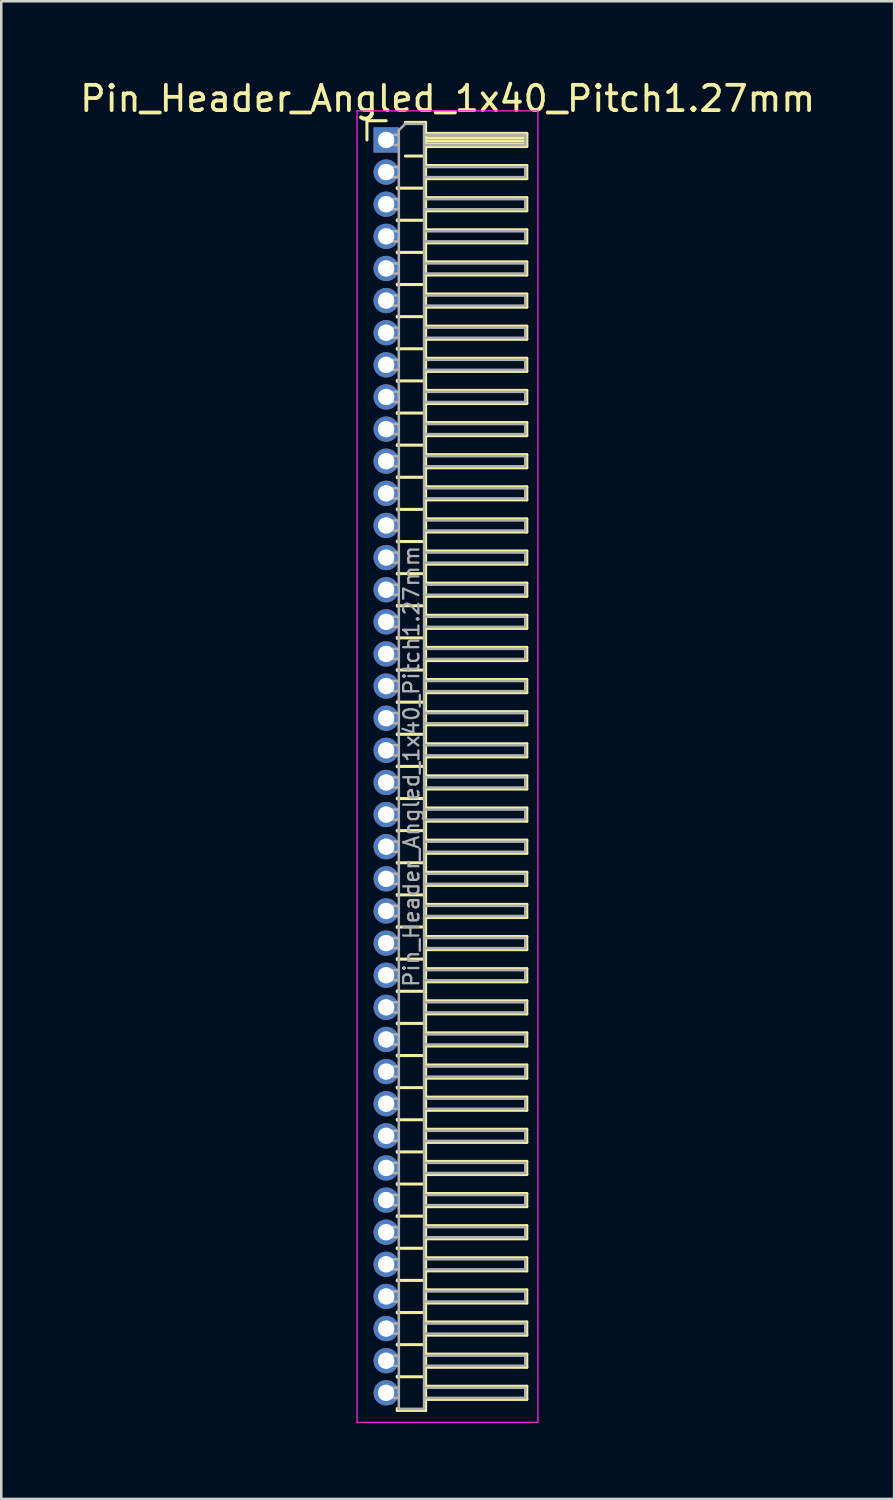
<source format=kicad_pcb>
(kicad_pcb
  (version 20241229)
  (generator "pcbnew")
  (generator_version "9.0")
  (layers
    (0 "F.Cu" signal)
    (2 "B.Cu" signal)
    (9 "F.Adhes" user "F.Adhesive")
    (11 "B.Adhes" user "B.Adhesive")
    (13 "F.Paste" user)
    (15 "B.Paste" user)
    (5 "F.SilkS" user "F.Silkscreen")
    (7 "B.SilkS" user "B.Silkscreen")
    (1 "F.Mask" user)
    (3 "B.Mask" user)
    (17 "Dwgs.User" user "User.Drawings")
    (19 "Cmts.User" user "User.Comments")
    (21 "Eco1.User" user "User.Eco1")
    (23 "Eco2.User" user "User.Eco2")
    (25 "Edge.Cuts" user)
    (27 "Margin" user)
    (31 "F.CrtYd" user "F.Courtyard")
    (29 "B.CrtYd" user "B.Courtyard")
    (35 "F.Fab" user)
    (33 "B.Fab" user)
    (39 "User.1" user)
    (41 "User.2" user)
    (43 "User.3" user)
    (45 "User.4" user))
  (footprint "Pin_Header_Angled_1x40_Pitch1.27mm"
    (layer "F.Cu")
    (at 12.216 2.483)
    (property "Reference" "Pin_Header_Angled_1x40_Pitch1.27mm" (at 2.433 -1.635 0) (layer "F.SilkS") (effects (font (size 1 1) (thickness 0.15))))
    (attr through_hole)
    (fp_line (start -0.76 -0.76) (end 0 -0.76) (stroke (width 0.12) (type solid)) (layer "F.SilkS"))
    (fp_line (start -0.76 0) (end -0.76 -0.76) (stroke (width 0.12) (type solid)) (layer "F.SilkS"))
    (fp_line (start 0.44 1.89) (end 0.44 1.92) (stroke (width 0.12) (type solid)) (layer "F.SilkS"))
    (fp_line (start 0.44 1.905) (end 1.56 1.905) (stroke (width 0.12) (type solid)) (layer "F.SilkS"))
    (fp_line (start 0.44 3.16) (end 0.44 3.19) (stroke (width 0.12) (type solid)) (layer "F.SilkS"))
    (fp_line (start 0.44 3.175) (end 1.56 3.175) (stroke (width 0.12) (type solid)) (layer "F.SilkS"))
    (fp_line (start 0.44 4.43) (end 0.44 4.46) (stroke (width 0.12) (type solid)) (layer "F.SilkS"))
    (fp_line (start 0.44 4.445) (end 1.56 4.445) (stroke (width 0.12) (type solid)) (layer "F.SilkS"))
    (fp_line (start 0.44 5.7) (end 0.44 5.73) (stroke (width 0.12) (type solid)) (layer "F.SilkS"))
    (fp_line (start 0.44 5.715) (end 1.56 5.715) (stroke (width 0.12) (type solid)) (layer "F.SilkS"))
    (fp_line (start 0.44 6.97) (end 0.44 7) (stroke (width 0.12) (type solid)) (layer "F.SilkS"))
    (fp_line (start 0.44 6.985) (end 1.56 6.985) (stroke (width 0.12) (type solid)) (layer "F.SilkS"))
    (fp_line (start 0.44 8.24) (end 0.44 8.27) (stroke (width 0.12) (type solid)) (layer "F.SilkS"))
    (fp_line (start 0.44 8.255) (end 1.56 8.255) (stroke (width 0.12) (type solid)) (layer "F.SilkS"))
    (fp_line (start 0.44 9.51) (end 0.44 9.54) (stroke (width 0.12) (type solid)) (layer "F.SilkS"))
    (fp_line (start 0.44 9.525) (end 1.56 9.525) (stroke (width 0.12) (type solid)) (layer "F.SilkS"))
    (fp_line (start 0.44 10.78) (end 0.44 10.81) (stroke (width 0.12) (type solid)) (layer "F.SilkS"))
    (fp_line (start 0.44 10.795) (end 1.56 10.795) (stroke (width 0.12) (type solid)) (layer "F.SilkS"))
    (fp_line (start 0.44 12.05) (end 0.44 12.08) (stroke (width 0.12) (type solid)) (layer "F.SilkS"))
    (fp_line (start 0.44 12.065) (end 1.56 12.065) (stroke (width 0.12) (type solid)) (layer "F.SilkS"))
    (fp_line (start 0.44 13.32) (end 0.44 13.35) (stroke (width 0.12) (type solid)) (layer "F.SilkS"))
    (fp_line (start 0.44 13.335) (end 1.56 13.335) (stroke (width 0.12) (type solid)) (layer "F.SilkS"))
    (fp_line (start 0.44 14.59) (end 0.44 14.62) (stroke (width 0.12) (type solid)) (layer "F.SilkS"))
    (fp_line (start 0.44 14.605) (end 1.56 14.605) (stroke (width 0.12) (type solid)) (layer "F.SilkS"))
    (fp_line (start 0.44 15.86) (end 0.44 15.89) (stroke (width 0.12) (type solid)) (layer "F.SilkS"))
    (fp_line (start 0.44 15.875) (end 1.56 15.875) (stroke (width 0.12) (type solid)) (layer "F.SilkS"))
    (fp_line (start 0.44 17.13) (end 0.44 17.16) (stroke (width 0.12) (type solid)) (layer "F.SilkS"))
    (fp_line (start 0.44 17.145) (end 1.56 17.145) (stroke (width 0.12) (type solid)) (layer "F.SilkS"))
    (fp_line (start 0.44 18.4) (end 0.44 18.43) (stroke (width 0.12) (type solid)) (layer "F.SilkS"))
    (fp_line (start 0.44 18.415) (end 1.56 18.415) (stroke (width 0.12) (type solid)) (layer "F.SilkS"))
    (fp_line (start 0.44 19.67) (end 0.44 19.7) (stroke (width 0.12) (type solid)) (layer "F.SilkS"))
    (fp_line (start 0.44 19.685) (end 1.56 19.685) (stroke (width 0.12) (type solid)) (layer "F.SilkS"))
    (fp_line (start 0.44 20.94) (end 0.44 20.97) (stroke (width 0.12) (type solid)) (layer "F.SilkS"))
    (fp_line (start 0.44 20.955) (end 1.56 20.955) (stroke (width 0.12) (type solid)) (layer "F.SilkS"))
    (fp_line (start 0.44 22.21) (end 0.44 22.24) (stroke (width 0.12) (type solid)) (layer "F.SilkS"))
    (fp_line (start 0.44 22.225) (end 1.56 22.225) (stroke (width 0.12) (type solid)) (layer "F.SilkS"))
    (fp_line (start 0.44 23.48) (end 0.44 23.51) (stroke (width 0.12) (type solid)) (layer "F.SilkS"))
    (fp_line (start 0.44 23.495) (end 1.56 23.495) (stroke (width 0.12) (type solid)) (layer "F.SilkS"))
    (fp_line (start 0.44 24.75) (end 0.44 24.78) (stroke (width 0.12) (type solid)) (layer "F.SilkS"))
    (fp_line (start 0.44 24.765) (end 1.56 24.765) (stroke (width 0.12) (type solid)) (layer "F.SilkS"))
    (fp_line (start 0.44 26.02) (end 0.44 26.05) (stroke (width 0.12) (type solid)) (layer "F.SilkS"))
    (fp_line (start 0.44 26.035) (end 1.56 26.035) (stroke (width 0.12) (type solid)) (layer "F.SilkS"))
    (fp_line (start 0.44 27.29) (end 0.44 27.32) (stroke (width 0.12) (type solid)) (layer "F.SilkS"))
    (fp_line (start 0.44 27.305) (end 1.56 27.305) (stroke (width 0.12) (type solid)) (layer "F.SilkS"))
    (fp_line (start 0.44 28.56) (end 0.44 28.59) (stroke (width 0.12) (type solid)) (layer "F.SilkS"))
    (fp_line (start 0.44 28.575) (end 1.56 28.575) (stroke (width 0.12) (type solid)) (layer "F.SilkS"))
    (fp_line (start 0.44 29.83) (end 0.44 29.86) (stroke (width 0.12) (type solid)) (layer "F.SilkS"))
    (fp_line (start 0.44 29.845) (end 1.56 29.845) (stroke (width 0.12) (type solid)) (layer "F.SilkS"))
    (fp_line (start 0.44 31.1) (end 0.44 31.13) (stroke (width 0.12) (type solid)) (layer "F.SilkS"))
    (fp_line (start 0.44 31.115) (end 1.56 31.115) (stroke (width 0.12) (type solid)) (layer "F.SilkS"))
    (fp_line (start 0.44 32.37) (end 0.44 32.4) (stroke (width 0.12) (type solid)) (layer "F.SilkS"))
    (fp_line (start 0.44 32.385) (end 1.56 32.385) (stroke (width 0.12) (type solid)) (layer "F.SilkS"))
    (fp_line (start 0.44 33.64) (end 0.44 33.67) (stroke (width 0.12) (type solid)) (layer "F.SilkS"))
    (fp_line (start 0.44 33.655) (end 1.56 33.655) (stroke (width 0.12) (type solid)) (layer "F.SilkS"))
    (fp_line (start 0.44 34.91) (end 0.44 34.94) (stroke (width 0.12) (type solid)) (layer "F.SilkS"))
    (fp_line (start 0.44 34.925) (end 1.56 34.925) (stroke (width 0.12) (type solid)) (layer "F.SilkS"))
    (fp_line (start 0.44 36.18) (end 0.44 36.21) (stroke (width 0.12) (type solid)) (layer "F.SilkS"))
    (fp_line (start 0.44 36.195) (end 1.56 36.195) (stroke (width 0.12) (type solid)) (layer "F.SilkS"))
    (fp_line (start 0.44 37.45) (end 0.44 37.48) (stroke (width 0.12) (type solid)) (layer "F.SilkS"))
    (fp_line (start 0.44 37.465) (end 1.56 37.465) (stroke (width 0.12) (type solid)) (layer "F.SilkS"))
    (fp_line (start 0.44 38.72) (end 0.44 38.75) (stroke (width 0.12) (type solid)) (layer "F.SilkS"))
    (fp_line (start 0.44 38.735) (end 1.56 38.735) (stroke (width 0.12) (type solid)) (layer "F.SilkS"))
    (fp_line (start 0.44 39.99) (end 0.44 40.02) (stroke (width 0.12) (type solid)) (layer "F.SilkS"))
    (fp_line (start 0.44 40.005) (end 1.56 40.005) (stroke (width 0.12) (type solid)) (layer "F.SilkS"))
    (fp_line (start 0.44 41.26) (end 0.44 41.29) (stroke (width 0.12) (type solid)) (layer "F.SilkS"))
    (fp_line (start 0.44 41.275) (end 1.56 41.275) (stroke (width 0.12) (type solid)) (layer "F.SilkS"))
    (fp_line (start 0.44 42.53) (end 0.44 42.56) (stroke (width 0.12) (type solid)) (layer "F.SilkS"))
    (fp_line (start 0.44 42.545) (end 1.56 42.545) (stroke (width 0.12) (type solid)) (layer "F.SilkS"))
    (fp_line (start 0.44 43.8) (end 0.44 43.83) (stroke (width 0.12) (type solid)) (layer "F.SilkS"))
    (fp_line (start 0.44 43.815) (end 1.56 43.815) (stroke (width 0.12) (type solid)) (layer "F.SilkS"))
    (fp_line (start 0.44 45.07) (end 0.44 45.1) (stroke (width 0.12) (type solid)) (layer "F.SilkS"))
    (fp_line (start 0.44 45.085) (end 1.56 45.085) (stroke (width 0.12) (type solid)) (layer "F.SilkS"))
    (fp_line (start 0.44 46.34) (end 0.44 46.37) (stroke (width 0.12) (type solid)) (layer "F.SilkS"))
    (fp_line (start 0.44 46.355) (end 1.56 46.355) (stroke (width 0.12) (type solid)) (layer "F.SilkS"))
    (fp_line (start 0.44 47.61) (end 0.44 47.64) (stroke (width 0.12) (type solid)) (layer "F.SilkS"))
    (fp_line (start 0.44 47.625) (end 1.56 47.625) (stroke (width 0.12) (type solid)) (layer "F.SilkS"))
    (fp_line (start 0.44 48.88) (end 0.44 48.91) (stroke (width 0.12) (type solid)) (layer "F.SilkS"))
    (fp_line (start 0.44 48.895) (end 1.56 48.895) (stroke (width 0.12) (type solid)) (layer "F.SilkS"))
    (fp_line (start 0.44 50.225) (end 0.44 50.15) (stroke (width 0.12) (type solid)) (layer "F.SilkS"))
    (fp_line (start 0.76 -0.695) (end 1.56 -0.695) (stroke (width 0.12) (type solid)) (layer "F.SilkS"))
    (fp_line (start 0.76 0.635) (end 1.56 0.635) (stroke (width 0.12) (type solid)) (layer "F.SilkS"))
    (fp_line (start 1.56 -0.695) (end 1.56 50.225) (stroke (width 0.12) (type solid)) (layer "F.SilkS"))
    (fp_line (start 1.56 -0.26) (end 5.56 -0.26) (stroke (width 0.12) (type solid)) (layer "F.SilkS"))
    (fp_line (start 1.56 -0.2) (end 5.56 -0.2) (stroke (width 0.12) (type solid)) (layer "F.SilkS"))
    (fp_line (start 1.56 -0.08) (end 5.56 -0.08) (stroke (width 0.12) (type solid)) (layer "F.SilkS"))
    (fp_line (start 1.56 0.04) (end 5.56 0.04) (stroke (width 0.12) (type solid)) (layer "F.SilkS"))
    (fp_line (start 1.56 0.16) (end 5.56 0.16) (stroke (width 0.12) (type solid)) (layer "F.SilkS"))
    (fp_line (start 1.56 1.01) (end 5.56 1.01) (stroke (width 0.12) (type solid)) (layer "F.SilkS"))
    (fp_line (start 1.56 2.28) (end 5.56 2.28) (stroke (width 0.12) (type solid)) (layer "F.SilkS"))
    (fp_line (start 1.56 3.55) (end 5.56 3.55) (stroke (width 0.12) (type solid)) (layer "F.SilkS"))
    (fp_line (start 1.56 4.82) (end 5.56 4.82) (stroke (width 0.12) (type solid)) (layer "F.SilkS"))
    (fp_line (start 1.56 6.09) (end 5.56 6.09) (stroke (width 0.12) (type solid)) (layer "F.SilkS"))
    (fp_line (start 1.56 7.36) (end 5.56 7.36) (stroke (width 0.12) (type solid)) (layer "F.SilkS"))
    (fp_line (start 1.56 8.63) (end 5.56 8.63) (stroke (width 0.12) (type solid)) (layer "F.SilkS"))
    (fp_line (start 1.56 9.9) (end 5.56 9.9) (stroke (width 0.12) (type solid)) (layer "F.SilkS"))
    (fp_line (start 1.56 11.17) (end 5.56 11.17) (stroke (width 0.12) (type solid)) (layer "F.SilkS"))
    (fp_line (start 1.56 12.44) (end 5.56 12.44) (stroke (width 0.12) (type solid)) (layer "F.SilkS"))
    (fp_line (start 1.56 13.71) (end 5.56 13.71) (stroke (width 0.12) (type solid)) (layer "F.SilkS"))
    (fp_line (start 1.56 14.98) (end 5.56 14.98) (stroke (width 0.12) (type solid)) (layer "F.SilkS"))
    (fp_line (start 1.56 16.25) (end 5.56 16.25) (stroke (width 0.12) (type solid)) (layer "F.SilkS"))
    (fp_line (start 1.56 17.52) (end 5.56 17.52) (stroke (width 0.12) (type solid)) (layer "F.SilkS"))
    (fp_line (start 1.56 18.79) (end 5.56 18.79) (stroke (width 0.12) (type solid)) (layer "F.SilkS"))
    (fp_line (start 1.56 20.06) (end 5.56 20.06) (stroke (width 0.12) (type solid)) (layer "F.SilkS"))
    (fp_line (start 1.56 21.33) (end 5.56 21.33) (stroke (width 0.12) (type solid)) (layer "F.SilkS"))
    (fp_line (start 1.56 22.6) (end 5.56 22.6) (stroke (width 0.12) (type solid)) (layer "F.SilkS"))
    (fp_line (start 1.56 23.87) (end 5.56 23.87) (stroke (width 0.12) (type solid)) (layer "F.SilkS"))
    (fp_line (start 1.56 25.14) (end 5.56 25.14) (stroke (width 0.12) (type solid)) (layer "F.SilkS"))
    (fp_line (start 1.56 26.41) (end 5.56 26.41) (stroke (width 0.12) (type solid)) (layer "F.SilkS"))
    (fp_line (start 1.56 27.68) (end 5.56 27.68) (stroke (width 0.12) (type solid)) (layer "F.SilkS"))
    (fp_line (start 1.56 28.95) (end 5.56 28.95) (stroke (width 0.12) (type solid)) (layer "F.SilkS"))
    (fp_line (start 1.56 30.22) (end 5.56 30.22) (stroke (width 0.12) (type solid)) (layer "F.SilkS"))
    (fp_line (start 1.56 31.49) (end 5.56 31.49) (stroke (width 0.12) (type solid)) (layer "F.SilkS"))
    (fp_line (start 1.56 32.76) (end 5.56 32.76) (stroke (width 0.12) (type solid)) (layer "F.SilkS"))
    (fp_line (start 1.56 34.03) (end 5.56 34.03) (stroke (width 0.12) (type solid)) (layer "F.SilkS"))
    (fp_line (start 1.56 35.3) (end 5.56 35.3) (stroke (width 0.12) (type solid)) (layer "F.SilkS"))
    (fp_line (start 1.56 36.57) (end 5.56 36.57) (stroke (width 0.12) (type solid)) (layer "F.SilkS"))
    (fp_line (start 1.56 37.84) (end 5.56 37.84) (stroke (width 0.12) (type solid)) (layer "F.SilkS"))
    (fp_line (start 1.56 39.11) (end 5.56 39.11) (stroke (width 0.12) (type solid)) (layer "F.SilkS"))
    (fp_line (start 1.56 40.38) (end 5.56 40.38) (stroke (width 0.12) (type solid)) (layer "F.SilkS"))
    (fp_line (start 1.56 41.65) (end 5.56 41.65) (stroke (width 0.12) (type solid)) (layer "F.SilkS"))
    (fp_line (start 1.56 42.92) (end 5.56 42.92) (stroke (width 0.12) (type solid)) (layer "F.SilkS"))
    (fp_line (start 1.56 44.19) (end 5.56 44.19) (stroke (width 0.12) (type solid)) (layer "F.SilkS"))
    (fp_line (start 1.56 45.46) (end 5.56 45.46) (stroke (width 0.12) (type solid)) (layer "F.SilkS"))
    (fp_line (start 1.56 46.73) (end 5.56 46.73) (stroke (width 0.12) (type solid)) (layer "F.SilkS"))
    (fp_line (start 1.56 48) (end 5.56 48) (stroke (width 0.12) (type solid)) (layer "F.SilkS"))
    (fp_line (start 1.56 49.27) (end 5.56 49.27) (stroke (width 0.12) (type solid)) (layer "F.SilkS"))
    (fp_line (start 1.56 50.225) (end 0.44 50.225) (stroke (width 0.12) (type solid)) (layer "F.SilkS"))
    (fp_line (start 5.56 -0.26) (end 5.56 0.26) (stroke (width 0.12) (type solid)) (layer "F.SilkS"))
    (fp_line (start 5.56 0.26) (end 1.56 0.26) (stroke (width 0.12) (type solid)) (layer "F.SilkS"))
    (fp_line (start 5.56 1.01) (end 5.56 1.53) (stroke (width 0.12) (type solid)) (layer "F.SilkS"))
    (fp_line (start 5.56 1.53) (end 1.56 1.53) (stroke (width 0.12) (type solid)) (layer "F.SilkS"))
    (fp_line (start 5.56 2.28) (end 5.56 2.8) (stroke (width 0.12) (type solid)) (layer "F.SilkS"))
    (fp_line (start 5.56 2.8) (end 1.56 2.8) (stroke (width 0.12) (type solid)) (layer "F.SilkS"))
    (fp_line (start 5.56 3.55) (end 5.56 4.07) (stroke (width 0.12) (type solid)) (layer "F.SilkS"))
    (fp_line (start 5.56 4.07) (end 1.56 4.07) (stroke (width 0.12) (type solid)) (layer "F.SilkS"))
    (fp_line (start 5.56 4.82) (end 5.56 5.34) (stroke (width 0.12) (type solid)) (layer "F.SilkS"))
    (fp_line (start 5.56 5.34) (end 1.56 5.34) (stroke (width 0.12) (type solid)) (layer "F.SilkS"))
    (fp_line (start 5.56 6.09) (end 5.56 6.61) (stroke (width 0.12) (type solid)) (layer "F.SilkS"))
    (fp_line (start 5.56 6.61) (end 1.56 6.61) (stroke (width 0.12) (type solid)) (layer "F.SilkS"))
    (fp_line (start 5.56 7.36) (end 5.56 7.88) (stroke (width 0.12) (type solid)) (layer "F.SilkS"))
    (fp_line (start 5.56 7.88) (end 1.56 7.88) (stroke (width 0.12) (type solid)) (layer "F.SilkS"))
    (fp_line (start 5.56 8.63) (end 5.56 9.15) (stroke (width 0.12) (type solid)) (layer "F.SilkS"))
    (fp_line (start 5.56 9.15) (end 1.56 9.15) (stroke (width 0.12) (type solid)) (layer "F.SilkS"))
    (fp_line (start 5.56 9.9) (end 5.56 10.42) (stroke (width 0.12) (type solid)) (layer "F.SilkS"))
    (fp_line (start 5.56 10.42) (end 1.56 10.42) (stroke (width 0.12) (type solid)) (layer "F.SilkS"))
    (fp_line (start 5.56 11.17) (end 5.56 11.69) (stroke (width 0.12) (type solid)) (layer "F.SilkS"))
    (fp_line (start 5.56 11.69) (end 1.56 11.69) (stroke (width 0.12) (type solid)) (layer "F.SilkS"))
    (fp_line (start 5.56 12.44) (end 5.56 12.96) (stroke (width 0.12) (type solid)) (layer "F.SilkS"))
    (fp_line (start 5.56 12.96) (end 1.56 12.96) (stroke (width 0.12) (type solid)) (layer "F.SilkS"))
    (fp_line (start 5.56 13.71) (end 5.56 14.23) (stroke (width 0.12) (type solid)) (layer "F.SilkS"))
    (fp_line (start 5.56 14.23) (end 1.56 14.23) (stroke (width 0.12) (type solid)) (layer "F.SilkS"))
    (fp_line (start 5.56 14.98) (end 5.56 15.5) (stroke (width 0.12) (type solid)) (layer "F.SilkS"))
    (fp_line (start 5.56 15.5) (end 1.56 15.5) (stroke (width 0.12) (type solid)) (layer "F.SilkS"))
    (fp_line (start 5.56 16.25) (end 5.56 16.77) (stroke (width 0.12) (type solid)) (layer "F.SilkS"))
    (fp_line (start 5.56 16.77) (end 1.56 16.77) (stroke (width 0.12) (type solid)) (layer "F.SilkS"))
    (fp_line (start 5.56 17.52) (end 5.56 18.04) (stroke (width 0.12) (type solid)) (layer "F.SilkS"))
    (fp_line (start 5.56 18.04) (end 1.56 18.04) (stroke (width 0.12) (type solid)) (layer "F.SilkS"))
    (fp_line (start 5.56 18.79) (end 5.56 19.31) (stroke (width 0.12) (type solid)) (layer "F.SilkS"))
    (fp_line (start 5.56 19.31) (end 1.56 19.31) (stroke (width 0.12) (type solid)) (layer "F.SilkS"))
    (fp_line (start 5.56 20.06) (end 5.56 20.58) (stroke (width 0.12) (type solid)) (layer "F.SilkS"))
    (fp_line (start 5.56 20.58) (end 1.56 20.58) (stroke (width 0.12) (type solid)) (layer "F.SilkS"))
    (fp_line (start 5.56 21.33) (end 5.56 21.85) (stroke (width 0.12) (type solid)) (layer "F.SilkS"))
    (fp_line (start 5.56 21.85) (end 1.56 21.85) (stroke (width 0.12) (type solid)) (layer "F.SilkS"))
    (fp_line (start 5.56 22.6) (end 5.56 23.12) (stroke (width 0.12) (type solid)) (layer "F.SilkS"))
    (fp_line (start 5.56 23.12) (end 1.56 23.12) (stroke (width 0.12) (type solid)) (layer "F.SilkS"))
    (fp_line (start 5.56 23.87) (end 5.56 24.39) (stroke (width 0.12) (type solid)) (layer "F.SilkS"))
    (fp_line (start 5.56 24.39) (end 1.56 24.39) (stroke (width 0.12) (type solid)) (layer "F.SilkS"))
    (fp_line (start 5.56 25.14) (end 5.56 25.66) (stroke (width 0.12) (type solid)) (layer "F.SilkS"))
    (fp_line (start 5.56 25.66) (end 1.56 25.66) (stroke (width 0.12) (type solid)) (layer "F.SilkS"))
    (fp_line (start 5.56 26.41) (end 5.56 26.93) (stroke (width 0.12) (type solid)) (layer "F.SilkS"))
    (fp_line (start 5.56 26.93) (end 1.56 26.93) (stroke (width 0.12) (type solid)) (layer "F.SilkS"))
    (fp_line (start 5.56 27.68) (end 5.56 28.2) (stroke (width 0.12) (type solid)) (layer "F.SilkS"))
    (fp_line (start 5.56 28.2) (end 1.56 28.2) (stroke (width 0.12) (type solid)) (layer "F.SilkS"))
    (fp_line (start 5.56 28.95) (end 5.56 29.47) (stroke (width 0.12) (type solid)) (layer "F.SilkS"))
    (fp_line (start 5.56 29.47) (end 1.56 29.47) (stroke (width 0.12) (type solid)) (layer "F.SilkS"))
    (fp_line (start 5.56 30.22) (end 5.56 30.74) (stroke (width 0.12) (type solid)) (layer "F.SilkS"))
    (fp_line (start 5.56 30.74) (end 1.56 30.74) (stroke (width 0.12) (type solid)) (layer "F.SilkS"))
    (fp_line (start 5.56 31.49) (end 5.56 32.01) (stroke (width 0.12) (type solid)) (layer "F.SilkS"))
    (fp_line (start 5.56 32.01) (end 1.56 32.01) (stroke (width 0.12) (type solid)) (layer "F.SilkS"))
    (fp_line (start 5.56 32.76) (end 5.56 33.28) (stroke (width 0.12) (type solid)) (layer "F.SilkS"))
    (fp_line (start 5.56 33.28) (end 1.56 33.28) (stroke (width 0.12) (type solid)) (layer "F.SilkS"))
    (fp_line (start 5.56 34.03) (end 5.56 34.55) (stroke (width 0.12) (type solid)) (layer "F.SilkS"))
    (fp_line (start 5.56 34.55) (end 1.56 34.55) (stroke (width 0.12) (type solid)) (layer "F.SilkS"))
    (fp_line (start 5.56 35.3) (end 5.56 35.82) (stroke (width 0.12) (type solid)) (layer "F.SilkS"))
    (fp_line (start 5.56 35.82) (end 1.56 35.82) (stroke (width 0.12) (type solid)) (layer "F.SilkS"))
    (fp_line (start 5.56 36.57) (end 5.56 37.09) (stroke (width 0.12) (type solid)) (layer "F.SilkS"))
    (fp_line (start 5.56 37.09) (end 1.56 37.09) (stroke (width 0.12) (type solid)) (layer "F.SilkS"))
    (fp_line (start 5.56 37.84) (end 5.56 38.36) (stroke (width 0.12) (type solid)) (layer "F.SilkS"))
    (fp_line (start 5.56 38.36) (end 1.56 38.36) (stroke (width 0.12) (type solid)) (layer "F.SilkS"))
    (fp_line (start 5.56 39.11) (end 5.56 39.63) (stroke (width 0.12) (type solid)) (layer "F.SilkS"))
    (fp_line (start 5.56 39.63) (end 1.56 39.63) (stroke (width 0.12) (type solid)) (layer "F.SilkS"))
    (fp_line (start 5.56 40.38) (end 5.56 40.9) (stroke (width 0.12) (type solid)) (layer "F.SilkS"))
    (fp_line (start 5.56 40.9) (end 1.56 40.9) (stroke (width 0.12) (type solid)) (layer "F.SilkS"))
    (fp_line (start 5.56 41.65) (end 5.56 42.17) (stroke (width 0.12) (type solid)) (layer "F.SilkS"))
    (fp_line (start 5.56 42.17) (end 1.56 42.17) (stroke (width 0.12) (type solid)) (layer "F.SilkS"))
    (fp_line (start 5.56 42.92) (end 5.56 43.44) (stroke (width 0.12) (type solid)) (layer "F.SilkS"))
    (fp_line (start 5.56 43.44) (end 1.56 43.44) (stroke (width 0.12) (type solid)) (layer "F.SilkS"))
    (fp_line (start 5.56 44.19) (end 5.56 44.71) (stroke (width 0.12) (type solid)) (layer "F.SilkS"))
    (fp_line (start 5.56 44.71) (end 1.56 44.71) (stroke (width 0.12) (type solid)) (layer "F.SilkS"))
    (fp_line (start 5.56 45.46) (end 5.56 45.98) (stroke (width 0.12) (type solid)) (layer "F.SilkS"))
    (fp_line (start 5.56 45.98) (end 1.56 45.98) (stroke (width 0.12) (type solid)) (layer "F.SilkS"))
    (fp_line (start 5.56 46.73) (end 5.56 47.25) (stroke (width 0.12) (type solid)) (layer "F.SilkS"))
    (fp_line (start 5.56 47.25) (end 1.56 47.25) (stroke (width 0.12) (type solid)) (layer "F.SilkS"))
    (fp_line (start 5.56 48) (end 5.56 48.52) (stroke (width 0.12) (type solid)) (layer "F.SilkS"))
    (fp_line (start 5.56 48.52) (end 1.56 48.52) (stroke (width 0.12) (type solid)) (layer "F.SilkS"))
    (fp_line (start 5.56 49.27) (end 5.56 49.79) (stroke (width 0.12) (type solid)) (layer "F.SilkS"))
    (fp_line (start 5.56 49.79) (end 1.56 49.79) (stroke (width 0.12) (type solid)) (layer "F.SilkS"))
    (fp_line (start -1.15 -1.15) (end -1.15 50.7) (stroke (width 0.05) (type solid)) (layer "F.CrtYd"))
    (fp_line (start -1.15 50.7) (end 6 50.7) (stroke (width 0.05) (type solid)) (layer "F.CrtYd"))
    (fp_line (start 6 -1.15) (end -1.15 -1.15) (stroke (width 0.05) (type solid)) (layer "F.CrtYd"))
    (fp_line (start 6 50.7) (end 6 -1.15) (stroke (width 0.05) (type solid)) (layer "F.CrtYd"))
    (fp_line (start -0.2 -0.2) (end -0.2 0.2) (stroke (width 0.1) (type solid)) (layer "F.Fab"))
    (fp_line (start -0.2 -0.2) (end 0.5 -0.2) (stroke (width 0.1) (type solid)) (layer "F.Fab"))
    (fp_line (start -0.2 0.2) (end 0.5 0.2) (stroke (width 0.1) (type solid)) (layer "F.Fab"))
    (fp_line (start -0.2 1.07) (end -0.2 1.47) (stroke (width 0.1) (type solid)) (layer "F.Fab"))
    (fp_line (start -0.2 1.07) (end 0.5 1.07) (stroke (width 0.1) (type solid)) (layer "F.Fab"))
    (fp_line (start -0.2 1.47) (end 0.5 1.47) (stroke (width 0.1) (type solid)) (layer "F.Fab"))
    (fp_line (start -0.2 2.34) (end -0.2 2.74) (stroke (width 0.1) (type solid)) (layer "F.Fab"))
    (fp_line (start -0.2 2.34) (end 0.5 2.34) (stroke (width 0.1) (type solid)) (layer "F.Fab"))
    (fp_line (start -0.2 2.74) (end 0.5 2.74) (stroke (width 0.1) (type solid)) (layer "F.Fab"))
    (fp_line (start -0.2 3.61) (end -0.2 4.01) (stroke (width 0.1) (type solid)) (layer "F.Fab"))
    (fp_line (start -0.2 3.61) (end 0.5 3.61) (stroke (width 0.1) (type solid)) (layer "F.Fab"))
    (fp_line (start -0.2 4.01) (end 0.5 4.01) (stroke (width 0.1) (type solid)) (layer "F.Fab"))
    (fp_line (start -0.2 4.88) (end -0.2 5.28) (stroke (width 0.1) (type solid)) (layer "F.Fab"))
    (fp_line (start -0.2 4.88) (end 0.5 4.88) (stroke (width 0.1) (type solid)) (layer "F.Fab"))
    (fp_line (start -0.2 5.28) (end 0.5 5.28) (stroke (width 0.1) (type solid)) (layer "F.Fab"))
    (fp_line (start -0.2 6.15) (end -0.2 6.55) (stroke (width 0.1) (type solid)) (layer "F.Fab"))
    (fp_line (start -0.2 6.15) (end 0.5 6.15) (stroke (width 0.1) (type solid)) (layer "F.Fab"))
    (fp_line (start -0.2 6.55) (end 0.5 6.55) (stroke (width 0.1) (type solid)) (layer "F.Fab"))
    (fp_line (start -0.2 7.42) (end -0.2 7.82) (stroke (width 0.1) (type solid)) (layer "F.Fab"))
    (fp_line (start -0.2 7.42) (end 0.5 7.42) (stroke (width 0.1) (type solid)) (layer "F.Fab"))
    (fp_line (start -0.2 7.82) (end 0.5 7.82) (stroke (width 0.1) (type solid)) (layer "F.Fab"))
    (fp_line (start -0.2 8.69) (end -0.2 9.09) (stroke (width 0.1) (type solid)) (layer "F.Fab"))
    (fp_line (start -0.2 8.69) (end 0.5 8.69) (stroke (width 0.1) (type solid)) (layer "F.Fab"))
    (fp_line (start -0.2 9.09) (end 0.5 9.09) (stroke (width 0.1) (type solid)) (layer "F.Fab"))
    (fp_line (start -0.2 9.96) (end -0.2 10.36) (stroke (width 0.1) (type solid)) (layer "F.Fab"))
    (fp_line (start -0.2 9.96) (end 0.5 9.96) (stroke (width 0.1) (type solid)) (layer "F.Fab"))
    (fp_line (start -0.2 10.36) (end 0.5 10.36) (stroke (width 0.1) (type solid)) (layer "F.Fab"))
    (fp_line (start -0.2 11.23) (end -0.2 11.63) (stroke (width 0.1) (type solid)) (layer "F.Fab"))
    (fp_line (start -0.2 11.23) (end 0.5 11.23) (stroke (width 0.1) (type solid)) (layer "F.Fab"))
    (fp_line (start -0.2 11.63) (end 0.5 11.63) (stroke (width 0.1) (type solid)) (layer "F.Fab"))
    (fp_line (start -0.2 12.5) (end -0.2 12.9) (stroke (width 0.1) (type solid)) (layer "F.Fab"))
    (fp_line (start -0.2 12.5) (end 0.5 12.5) (stroke (width 0.1) (type solid)) (layer "F.Fab"))
    (fp_line (start -0.2 12.9) (end 0.5 12.9) (stroke (width 0.1) (type solid)) (layer "F.Fab"))
    (fp_line (start -0.2 13.77) (end -0.2 14.17) (stroke (width 0.1) (type solid)) (layer "F.Fab"))
    (fp_line (start -0.2 13.77) (end 0.5 13.77) (stroke (width 0.1) (type solid)) (layer "F.Fab"))
    (fp_line (start -0.2 14.17) (end 0.5 14.17) (stroke (width 0.1) (type solid)) (layer "F.Fab"))
    (fp_line (start -0.2 15.04) (end -0.2 15.44) (stroke (width 0.1) (type solid)) (layer "F.Fab"))
    (fp_line (start -0.2 15.04) (end 0.5 15.04) (stroke (width 0.1) (type solid)) (layer "F.Fab"))
    (fp_line (start -0.2 15.44) (end 0.5 15.44) (stroke (width 0.1) (type solid)) (layer "F.Fab"))
    (fp_line (start -0.2 16.31) (end -0.2 16.71) (stroke (width 0.1) (type solid)) (layer "F.Fab"))
    (fp_line (start -0.2 16.31) (end 0.5 16.31) (stroke (width 0.1) (type solid)) (layer "F.Fab"))
    (fp_line (start -0.2 16.71) (end 0.5 16.71) (stroke (width 0.1) (type solid)) (layer "F.Fab"))
    (fp_line (start -0.2 17.58) (end -0.2 17.98) (stroke (width 0.1) (type solid)) (layer "F.Fab"))
    (fp_line (start -0.2 17.58) (end 0.5 17.58) (stroke (width 0.1) (type solid)) (layer "F.Fab"))
    (fp_line (start -0.2 17.98) (end 0.5 17.98) (stroke (width 0.1) (type solid)) (layer "F.Fab"))
    (fp_line (start -0.2 18.85) (end -0.2 19.25) (stroke (width 0.1) (type solid)) (layer "F.Fab"))
    (fp_line (start -0.2 18.85) (end 0.5 18.85) (stroke (width 0.1) (type solid)) (layer "F.Fab"))
    (fp_line (start -0.2 19.25) (end 0.5 19.25) (stroke (width 0.1) (type solid)) (layer "F.Fab"))
    (fp_line (start -0.2 20.12) (end -0.2 20.52) (stroke (width 0.1) (type solid)) (layer "F.Fab"))
    (fp_line (start -0.2 20.12) (end 0.5 20.12) (stroke (width 0.1) (type solid)) (layer "F.Fab"))
    (fp_line (start -0.2 20.52) (end 0.5 20.52) (stroke (width 0.1) (type solid)) (layer "F.Fab"))
    (fp_line (start -0.2 21.39) (end -0.2 21.79) (stroke (width 0.1) (type solid)) (layer "F.Fab"))
    (fp_line (start -0.2 21.39) (end 0.5 21.39) (stroke (width 0.1) (type solid)) (layer "F.Fab"))
    (fp_line (start -0.2 21.79) (end 0.5 21.79) (stroke (width 0.1) (type solid)) (layer "F.Fab"))
    (fp_line (start -0.2 22.66) (end -0.2 23.06) (stroke (width 0.1) (type solid)) (layer "F.Fab"))
    (fp_line (start -0.2 22.66) (end 0.5 22.66) (stroke (width 0.1) (type solid)) (layer "F.Fab"))
    (fp_line (start -0.2 23.06) (end 0.5 23.06) (stroke (width 0.1) (type solid)) (layer "F.Fab"))
    (fp_line (start -0.2 23.93) (end -0.2 24.33) (stroke (width 0.1) (type solid)) (layer "F.Fab"))
    (fp_line (start -0.2 23.93) (end 0.5 23.93) (stroke (width 0.1) (type solid)) (layer "F.Fab"))
    (fp_line (start -0.2 24.33) (end 0.5 24.33) (stroke (width 0.1) (type solid)) (layer "F.Fab"))
    (fp_line (start -0.2 25.2) (end -0.2 25.6) (stroke (width 0.1) (type solid)) (layer "F.Fab"))
    (fp_line (start -0.2 25.2) (end 0.5 25.2) (stroke (width 0.1) (type solid)) (layer "F.Fab"))
    (fp_line (start -0.2 25.6) (end 0.5 25.6) (stroke (width 0.1) (type solid)) (layer "F.Fab"))
    (fp_line (start -0.2 26.47) (end -0.2 26.87) (stroke (width 0.1) (type solid)) (layer "F.Fab"))
    (fp_line (start -0.2 26.47) (end 0.5 26.47) (stroke (width 0.1) (type solid)) (layer "F.Fab"))
    (fp_line (start -0.2 26.87) (end 0.5 26.87) (stroke (width 0.1) (type solid)) (layer "F.Fab"))
    (fp_line (start -0.2 27.74) (end -0.2 28.14) (stroke (width 0.1) (type solid)) (layer "F.Fab"))
    (fp_line (start -0.2 27.74) (end 0.5 27.74) (stroke (width 0.1) (type solid)) (layer "F.Fab"))
    (fp_line (start -0.2 28.14) (end 0.5 28.14) (stroke (width 0.1) (type solid)) (layer "F.Fab"))
    (fp_line (start -0.2 29.01) (end -0.2 29.41) (stroke (width 0.1) (type solid)) (layer "F.Fab"))
    (fp_line (start -0.2 29.01) (end 0.5 29.01) (stroke (width 0.1) (type solid)) (layer "F.Fab"))
    (fp_line (start -0.2 29.41) (end 0.5 29.41) (stroke (width 0.1) (type solid)) (layer "F.Fab"))
    (fp_line (start -0.2 30.28) (end -0.2 30.68) (stroke (width 0.1) (type solid)) (layer "F.Fab"))
    (fp_line (start -0.2 30.28) (end 0.5 30.28) (stroke (width 0.1) (type solid)) (layer "F.Fab"))
    (fp_line (start -0.2 30.68) (end 0.5 30.68) (stroke (width 0.1) (type solid)) (layer "F.Fab"))
    (fp_line (start -0.2 31.55) (end -0.2 31.95) (stroke (width 0.1) (type solid)) (layer "F.Fab"))
    (fp_line (start -0.2 31.55) (end 0.5 31.55) (stroke (width 0.1) (type solid)) (layer "F.Fab"))
    (fp_line (start -0.2 31.95) (end 0.5 31.95) (stroke (width 0.1) (type solid)) (layer "F.Fab"))
    (fp_line (start -0.2 32.82) (end -0.2 33.22) (stroke (width 0.1) (type solid)) (layer "F.Fab"))
    (fp_line (start -0.2 32.82) (end 0.5 32.82) (stroke (width 0.1) (type solid)) (layer "F.Fab"))
    (fp_line (start -0.2 33.22) (end 0.5 33.22) (stroke (width 0.1) (type solid)) (layer "F.Fab"))
    (fp_line (start -0.2 34.09) (end -0.2 34.49) (stroke (width 0.1) (type solid)) (layer "F.Fab"))
    (fp_line (start -0.2 34.09) (end 0.5 34.09) (stroke (width 0.1) (type solid)) (layer "F.Fab"))
    (fp_line (start -0.2 34.49) (end 0.5 34.49) (stroke (width 0.1) (type solid)) (layer "F.Fab"))
    (fp_line (start -0.2 35.36) (end -0.2 35.76) (stroke (width 0.1) (type solid)) (layer "F.Fab"))
    (fp_line (start -0.2 35.36) (end 0.5 35.36) (stroke (width 0.1) (type solid)) (layer "F.Fab"))
    (fp_line (start -0.2 35.76) (end 0.5 35.76) (stroke (width 0.1) (type solid)) (layer "F.Fab"))
    (fp_line (start -0.2 36.63) (end -0.2 37.03) (stroke (width 0.1) (type solid)) (layer "F.Fab"))
    (fp_line (start -0.2 36.63) (end 0.5 36.63) (stroke (width 0.1) (type solid)) (layer "F.Fab"))
    (fp_line (start -0.2 37.03) (end 0.5 37.03) (stroke (width 0.1) (type solid)) (layer "F.Fab"))
    (fp_line (start -0.2 37.9) (end -0.2 38.3) (stroke (width 0.1) (type solid)) (layer "F.Fab"))
    (fp_line (start -0.2 37.9) (end 0.5 37.9) (stroke (width 0.1) (type solid)) (layer "F.Fab"))
    (fp_line (start -0.2 38.3) (end 0.5 38.3) (stroke (width 0.1) (type solid)) (layer "F.Fab"))
    (fp_line (start -0.2 39.17) (end -0.2 39.57) (stroke (width 0.1) (type solid)) (layer "F.Fab"))
    (fp_line (start -0.2 39.17) (end 0.5 39.17) (stroke (width 0.1) (type solid)) (layer "F.Fab"))
    (fp_line (start -0.2 39.57) (end 0.5 39.57) (stroke (width 0.1) (type solid)) (layer "F.Fab"))
    (fp_line (start -0.2 40.44) (end -0.2 40.84) (stroke (width 0.1) (type solid)) (layer "F.Fab"))
    (fp_line (start -0.2 40.44) (end 0.5 40.44) (stroke (width 0.1) (type solid)) (layer "F.Fab"))
    (fp_line (start -0.2 40.84) (end 0.5 40.84) (stroke (width 0.1) (type solid)) (layer "F.Fab"))
    (fp_line (start -0.2 41.71) (end -0.2 42.11) (stroke (width 0.1) (type solid)) (layer "F.Fab"))
    (fp_line (start -0.2 41.71) (end 0.5 41.71) (stroke (width 0.1) (type solid)) (layer "F.Fab"))
    (fp_line (start -0.2 42.11) (end 0.5 42.11) (stroke (width 0.1) (type solid)) (layer "F.Fab"))
    (fp_line (start -0.2 42.98) (end -0.2 43.38) (stroke (width 0.1) (type solid)) (layer "F.Fab"))
    (fp_line (start -0.2 42.98) (end 0.5 42.98) (stroke (width 0.1) (type solid)) (layer "F.Fab"))
    (fp_line (start -0.2 43.38) (end 0.5 43.38) (stroke (width 0.1) (type solid)) (layer "F.Fab"))
    (fp_line (start -0.2 44.25) (end -0.2 44.65) (stroke (width 0.1) (type solid)) (layer "F.Fab"))
    (fp_line (start -0.2 44.25) (end 0.5 44.25) (stroke (width 0.1) (type solid)) (layer "F.Fab"))
    (fp_line (start -0.2 44.65) (end 0.5 44.65) (stroke (width 0.1) (type solid)) (layer "F.Fab"))
    (fp_line (start -0.2 45.52) (end -0.2 45.92) (stroke (width 0.1) (type solid)) (layer "F.Fab"))
    (fp_line (start -0.2 45.52) (end 0.5 45.52) (stroke (width 0.1) (type solid)) (layer "F.Fab"))
    (fp_line (start -0.2 45.92) (end 0.5 45.92) (stroke (width 0.1) (type solid)) (layer "F.Fab"))
    (fp_line (start -0.2 46.79) (end -0.2 47.19) (stroke (width 0.1) (type solid)) (layer "F.Fab"))
    (fp_line (start -0.2 46.79) (end 0.5 46.79) (stroke (width 0.1) (type solid)) (layer "F.Fab"))
    (fp_line (start -0.2 47.19) (end 0.5 47.19) (stroke (width 0.1) (type solid)) (layer "F.Fab"))
    (fp_line (start -0.2 48.06) (end -0.2 48.46) (stroke (width 0.1) (type solid)) (layer "F.Fab"))
    (fp_line (start -0.2 48.06) (end 0.5 48.06) (stroke (width 0.1) (type solid)) (layer "F.Fab"))
    (fp_line (start -0.2 48.46) (end 0.5 48.46) (stroke (width 0.1) (type solid)) (layer "F.Fab"))
    (fp_line (start -0.2 49.33) (end -0.2 49.73) (stroke (width 0.1) (type solid)) (layer "F.Fab"))
    (fp_line (start -0.2 49.33) (end 0.5 49.33) (stroke (width 0.1) (type solid)) (layer "F.Fab"))
    (fp_line (start -0.2 49.73) (end 0.5 49.73) (stroke (width 0.1) (type solid)) (layer "F.Fab"))
    (fp_line (start 0.5 -0.385) (end 0.75 -0.635) (stroke (width 0.1) (type solid)) (layer "F.Fab"))
    (fp_line (start 0.5 50.165) (end 0.5 -0.385) (stroke (width 0.1) (type solid)) (layer "F.Fab"))
    (fp_line (start 0.75 -0.635) (end 1.5 -0.635) (stroke (width 0.1) (type solid)) (layer "F.Fab"))
    (fp_line (start 1.5 -0.635) (end 1.5 50.165) (stroke (width 0.1) (type solid)) (layer "F.Fab"))
    (fp_line (start 1.5 -0.2) (end 5.5 -0.2) (stroke (width 0.1) (type solid)) (layer "F.Fab"))
    (fp_line (start 1.5 0.2) (end 5.5 0.2) (stroke (width 0.1) (type solid)) (layer "F.Fab"))
    (fp_line (start 1.5 1.07) (end 5.5 1.07) (stroke (width 0.1) (type solid)) (layer "F.Fab"))
    (fp_line (start 1.5 1.47) (end 5.5 1.47) (stroke (width 0.1) (type solid)) (layer "F.Fab"))
    (fp_line (start 1.5 2.34) (end 5.5 2.34) (stroke (width 0.1) (type solid)) (layer "F.Fab"))
    (fp_line (start 1.5 2.74) (end 5.5 2.74) (stroke (width 0.1) (type solid)) (layer "F.Fab"))
    (fp_line (start 1.5 3.61) (end 5.5 3.61) (stroke (width 0.1) (type solid)) (layer "F.Fab"))
    (fp_line (start 1.5 4.01) (end 5.5 4.01) (stroke (width 0.1) (type solid)) (layer "F.Fab"))
    (fp_line (start 1.5 4.88) (end 5.5 4.88) (stroke (width 0.1) (type solid)) (layer "F.Fab"))
    (fp_line (start 1.5 5.28) (end 5.5 5.28) (stroke (width 0.1) (type solid)) (layer "F.Fab"))
    (fp_line (start 1.5 6.15) (end 5.5 6.15) (stroke (width 0.1) (type solid)) (layer "F.Fab"))
    (fp_line (start 1.5 6.55) (end 5.5 6.55) (stroke (width 0.1) (type solid)) (layer "F.Fab"))
    (fp_line (start 1.5 7.42) (end 5.5 7.42) (stroke (width 0.1) (type solid)) (layer "F.Fab"))
    (fp_line (start 1.5 7.82) (end 5.5 7.82) (stroke (width 0.1) (type solid)) (layer "F.Fab"))
    (fp_line (start 1.5 8.69) (end 5.5 8.69) (stroke (width 0.1) (type solid)) (layer "F.Fab"))
    (fp_line (start 1.5 9.09) (end 5.5 9.09) (stroke (width 0.1) (type solid)) (layer "F.Fab"))
    (fp_line (start 1.5 9.96) (end 5.5 9.96) (stroke (width 0.1) (type solid)) (layer "F.Fab"))
    (fp_line (start 1.5 10.36) (end 5.5 10.36) (stroke (width 0.1) (type solid)) (layer "F.Fab"))
    (fp_line (start 1.5 11.23) (end 5.5 11.23) (stroke (width 0.1) (type solid)) (layer "F.Fab"))
    (fp_line (start 1.5 11.63) (end 5.5 11.63) (stroke (width 0.1) (type solid)) (layer "F.Fab"))
    (fp_line (start 1.5 12.5) (end 5.5 12.5) (stroke (width 0.1) (type solid)) (layer "F.Fab"))
    (fp_line (start 1.5 12.9) (end 5.5 12.9) (stroke (width 0.1) (type solid)) (layer "F.Fab"))
    (fp_line (start 1.5 13.77) (end 5.5 13.77) (stroke (width 0.1) (type solid)) (layer "F.Fab"))
    (fp_line (start 1.5 14.17) (end 5.5 14.17) (stroke (width 0.1) (type solid)) (layer "F.Fab"))
    (fp_line (start 1.5 15.04) (end 5.5 15.04) (stroke (width 0.1) (type solid)) (layer "F.Fab"))
    (fp_line (start 1.5 15.44) (end 5.5 15.44) (stroke (width 0.1) (type solid)) (layer "F.Fab"))
    (fp_line (start 1.5 16.31) (end 5.5 16.31) (stroke (width 0.1) (type solid)) (layer "F.Fab"))
    (fp_line (start 1.5 16.71) (end 5.5 16.71) (stroke (width 0.1) (type solid)) (layer "F.Fab"))
    (fp_line (start 1.5 17.58) (end 5.5 17.58) (stroke (width 0.1) (type solid)) (layer "F.Fab"))
    (fp_line (start 1.5 17.98) (end 5.5 17.98) (stroke (width 0.1) (type solid)) (layer "F.Fab"))
    (fp_line (start 1.5 18.85) (end 5.5 18.85) (stroke (width 0.1) (type solid)) (layer "F.Fab"))
    (fp_line (start 1.5 19.25) (end 5.5 19.25) (stroke (width 0.1) (type solid)) (layer "F.Fab"))
    (fp_line (start 1.5 20.12) (end 5.5 20.12) (stroke (width 0.1) (type solid)) (layer "F.Fab"))
    (fp_line (start 1.5 20.52) (end 5.5 20.52) (stroke (width 0.1) (type solid)) (layer "F.Fab"))
    (fp_line (start 1.5 21.39) (end 5.5 21.39) (stroke (width 0.1) (type solid)) (layer "F.Fab"))
    (fp_line (start 1.5 21.79) (end 5.5 21.79) (stroke (width 0.1) (type solid)) (layer "F.Fab"))
    (fp_line (start 1.5 22.66) (end 5.5 22.66) (stroke (width 0.1) (type solid)) (layer "F.Fab"))
    (fp_line (start 1.5 23.06) (end 5.5 23.06) (stroke (width 0.1) (type solid)) (layer "F.Fab"))
    (fp_line (start 1.5 23.93) (end 5.5 23.93) (stroke (width 0.1) (type solid)) (layer "F.Fab"))
    (fp_line (start 1.5 24.33) (end 5.5 24.33) (stroke (width 0.1) (type solid)) (layer "F.Fab"))
    (fp_line (start 1.5 25.2) (end 5.5 25.2) (stroke (width 0.1) (type solid)) (layer "F.Fab"))
    (fp_line (start 1.5 25.6) (end 5.5 25.6) (stroke (width 0.1) (type solid)) (layer "F.Fab"))
    (fp_line (start 1.5 26.47) (end 5.5 26.47) (stroke (width 0.1) (type solid)) (layer "F.Fab"))
    (fp_line (start 1.5 26.87) (end 5.5 26.87) (stroke (width 0.1) (type solid)) (layer "F.Fab"))
    (fp_line (start 1.5 27.74) (end 5.5 27.74) (stroke (width 0.1) (type solid)) (layer "F.Fab"))
    (fp_line (start 1.5 28.14) (end 5.5 28.14) (stroke (width 0.1) (type solid)) (layer "F.Fab"))
    (fp_line (start 1.5 29.01) (end 5.5 29.01) (stroke (width 0.1) (type solid)) (layer "F.Fab"))
    (fp_line (start 1.5 29.41) (end 5.5 29.41) (stroke (width 0.1) (type solid)) (layer "F.Fab"))
    (fp_line (start 1.5 30.28) (end 5.5 30.28) (stroke (width 0.1) (type solid)) (layer "F.Fab"))
    (fp_line (start 1.5 30.68) (end 5.5 30.68) (stroke (width 0.1) (type solid)) (layer "F.Fab"))
    (fp_line (start 1.5 31.55) (end 5.5 31.55) (stroke (width 0.1) (type solid)) (layer "F.Fab"))
    (fp_line (start 1.5 31.95) (end 5.5 31.95) (stroke (width 0.1) (type solid)) (layer "F.Fab"))
    (fp_line (start 1.5 32.82) (end 5.5 32.82) (stroke (width 0.1) (type solid)) (layer "F.Fab"))
    (fp_line (start 1.5 33.22) (end 5.5 33.22) (stroke (width 0.1) (type solid)) (layer "F.Fab"))
    (fp_line (start 1.5 34.09) (end 5.5 34.09) (stroke (width 0.1) (type solid)) (layer "F.Fab"))
    (fp_line (start 1.5 34.49) (end 5.5 34.49) (stroke (width 0.1) (type solid)) (layer "F.Fab"))
    (fp_line (start 1.5 35.36) (end 5.5 35.36) (stroke (width 0.1) (type solid)) (layer "F.Fab"))
    (fp_line (start 1.5 35.76) (end 5.5 35.76) (stroke (width 0.1) (type solid)) (layer "F.Fab"))
    (fp_line (start 1.5 36.63) (end 5.5 36.63) (stroke (width 0.1) (type solid)) (layer "F.Fab"))
    (fp_line (start 1.5 37.03) (end 5.5 37.03) (stroke (width 0.1) (type solid)) (layer "F.Fab"))
    (fp_line (start 1.5 37.9) (end 5.5 37.9) (stroke (width 0.1) (type solid)) (layer "F.Fab"))
    (fp_line (start 1.5 38.3) (end 5.5 38.3) (stroke (width 0.1) (type solid)) (layer "F.Fab"))
    (fp_line (start 1.5 39.17) (end 5.5 39.17) (stroke (width 0.1) (type solid)) (layer "F.Fab"))
    (fp_line (start 1.5 39.57) (end 5.5 39.57) (stroke (width 0.1) (type solid)) (layer "F.Fab"))
    (fp_line (start 1.5 40.44) (end 5.5 40.44) (stroke (width 0.1) (type solid)) (layer "F.Fab"))
    (fp_line (start 1.5 40.84) (end 5.5 40.84) (stroke (width 0.1) (type solid)) (layer "F.Fab"))
    (fp_line (start 1.5 41.71) (end 5.5 41.71) (stroke (width 0.1) (type solid)) (layer "F.Fab"))
    (fp_line (start 1.5 42.11) (end 5.5 42.11) (stroke (width 0.1) (type solid)) (layer "F.Fab"))
    (fp_line (start 1.5 42.98) (end 5.5 42.98) (stroke (width 0.1) (type solid)) (layer "F.Fab"))
    (fp_line (start 1.5 43.38) (end 5.5 43.38) (stroke (width 0.1) (type solid)) (layer "F.Fab"))
    (fp_line (start 1.5 44.25) (end 5.5 44.25) (stroke (width 0.1) (type solid)) (layer "F.Fab"))
    (fp_line (start 1.5 44.65) (end 5.5 44.65) (stroke (width 0.1) (type solid)) (layer "F.Fab"))
    (fp_line (start 1.5 45.52) (end 5.5 45.52) (stroke (width 0.1) (type solid)) (layer "F.Fab"))
    (fp_line (start 1.5 45.92) (end 5.5 45.92) (stroke (width 0.1) (type solid)) (layer "F.Fab"))
    (fp_line (start 1.5 46.79) (end 5.5 46.79) (stroke (width 0.1) (type solid)) (layer "F.Fab"))
    (fp_line (start 1.5 47.19) (end 5.5 47.19) (stroke (width 0.1) (type solid)) (layer "F.Fab"))
    (fp_line (start 1.5 48.06) (end 5.5 48.06) (stroke (width 0.1) (type solid)) (layer "F.Fab"))
    (fp_line (start 1.5 48.46) (end 5.5 48.46) (stroke (width 0.1) (type solid)) (layer "F.Fab"))
    (fp_line (start 1.5 49.33) (end 5.5 49.33) (stroke (width 0.1) (type solid)) (layer "F.Fab"))
    (fp_line (start 1.5 49.73) (end 5.5 49.73) (stroke (width 0.1) (type solid)) (layer "F.Fab"))
    (fp_line (start 1.5 50.165) (end 0.5 50.165) (stroke (width 0.1) (type solid)) (layer "F.Fab"))
    (fp_line (start 5.5 -0.2) (end 5.5 0.2) (stroke (width 0.1) (type solid)) (layer "F.Fab"))
    (fp_line (start 5.5 1.07) (end 5.5 1.47) (stroke (width 0.1) (type solid)) (layer "F.Fab"))
    (fp_line (start 5.5 2.34) (end 5.5 2.74) (stroke (width 0.1) (type solid)) (layer "F.Fab"))
    (fp_line (start 5.5 3.61) (end 5.5 4.01) (stroke (width 0.1) (type solid)) (layer "F.Fab"))
    (fp_line (start 5.5 4.88) (end 5.5 5.28) (stroke (width 0.1) (type solid)) (layer "F.Fab"))
    (fp_line (start 5.5 6.15) (end 5.5 6.55) (stroke (width 0.1) (type solid)) (layer "F.Fab"))
    (fp_line (start 5.5 7.42) (end 5.5 7.82) (stroke (width 0.1) (type solid)) (layer "F.Fab"))
    (fp_line (start 5.5 8.69) (end 5.5 9.09) (stroke (width 0.1) (type solid)) (layer "F.Fab"))
    (fp_line (start 5.5 9.96) (end 5.5 10.36) (stroke (width 0.1) (type solid)) (layer "F.Fab"))
    (fp_line (start 5.5 11.23) (end 5.5 11.63) (stroke (width 0.1) (type solid)) (layer "F.Fab"))
    (fp_line (start 5.5 12.5) (end 5.5 12.9) (stroke (width 0.1) (type solid)) (layer "F.Fab"))
    (fp_line (start 5.5 13.77) (end 5.5 14.17) (stroke (width 0.1) (type solid)) (layer "F.Fab"))
    (fp_line (start 5.5 15.04) (end 5.5 15.44) (stroke (width 0.1) (type solid)) (layer "F.Fab"))
    (fp_line (start 5.5 16.31) (end 5.5 16.71) (stroke (width 0.1) (type solid)) (layer "F.Fab"))
    (fp_line (start 5.5 17.58) (end 5.5 17.98) (stroke (width 0.1) (type solid)) (layer "F.Fab"))
    (fp_line (start 5.5 18.85) (end 5.5 19.25) (stroke (width 0.1) (type solid)) (layer "F.Fab"))
    (fp_line (start 5.5 20.12) (end 5.5 20.52) (stroke (width 0.1) (type solid)) (layer "F.Fab"))
    (fp_line (start 5.5 21.39) (end 5.5 21.79) (stroke (width 0.1) (type solid)) (layer "F.Fab"))
    (fp_line (start 5.5 22.66) (end 5.5 23.06) (stroke (width 0.1) (type solid)) (layer "F.Fab"))
    (fp_line (start 5.5 23.93) (end 5.5 24.33) (stroke (width 0.1) (type solid)) (layer "F.Fab"))
    (fp_line (start 5.5 25.2) (end 5.5 25.6) (stroke (width 0.1) (type solid)) (layer "F.Fab"))
    (fp_line (start 5.5 26.47) (end 5.5 26.87) (stroke (width 0.1) (type solid)) (layer "F.Fab"))
    (fp_line (start 5.5 27.74) (end 5.5 28.14) (stroke (width 0.1) (type solid)) (layer "F.Fab"))
    (fp_line (start 5.5 29.01) (end 5.5 29.41) (stroke (width 0.1) (type solid)) (layer "F.Fab"))
    (fp_line (start 5.5 30.28) (end 5.5 30.68) (stroke (width 0.1) (type solid)) (layer "F.Fab"))
    (fp_line (start 5.5 31.55) (end 5.5 31.95) (stroke (width 0.1) (type solid)) (layer "F.Fab"))
    (fp_line (start 5.5 32.82) (end 5.5 33.22) (stroke (width 0.1) (type solid)) (layer "F.Fab"))
    (fp_line (start 5.5 34.09) (end 5.5 34.49) (stroke (width 0.1) (type solid)) (layer "F.Fab"))
    (fp_line (start 5.5 35.36) (end 5.5 35.76) (stroke (width 0.1) (type solid)) (layer "F.Fab"))
    (fp_line (start 5.5 36.63) (end 5.5 37.03) (stroke (width 0.1) (type solid)) (layer "F.Fab"))
    (fp_line (start 5.5 37.9) (end 5.5 38.3) (stroke (width 0.1) (type solid)) (layer "F.Fab"))
    (fp_line (start 5.5 39.17) (end 5.5 39.57) (stroke (width 0.1) (type solid)) (layer "F.Fab"))
    (fp_line (start 5.5 40.44) (end 5.5 40.84) (stroke (width 0.1) (type solid)) (layer "F.Fab"))
    (fp_line (start 5.5 41.71) (end 5.5 42.11) (stroke (width 0.1) (type solid)) (layer "F.Fab"))
    (fp_line (start 5.5 42.98) (end 5.5 43.38) (stroke (width 0.1) (type solid)) (layer "F.Fab"))
    (fp_line (start 5.5 44.25) (end 5.5 44.65) (stroke (width 0.1) (type solid)) (layer "F.Fab"))
    (fp_line (start 5.5 45.52) (end 5.5 45.92) (stroke (width 0.1) (type solid)) (layer "F.Fab"))
    (fp_line (start 5.5 46.79) (end 5.5 47.19) (stroke (width 0.1) (type solid)) (layer "F.Fab"))
    (fp_line (start 5.5 48.06) (end 5.5 48.46) (stroke (width 0.1) (type solid)) (layer "F.Fab"))
    (fp_line (start 5.5 49.33) (end 5.5 49.73) (stroke (width 0.1) (type solid)) (layer "F.Fab"))
    (fp_text user "${REFERENCE}" (at 1 24.765 90) (layer "F.Fab") (effects (font (size 0.6 0.6) (thickness 0.09))))
    (pad "1" thru_hole rect (at 0 0) (size 1 1) (drill 0.65) (layers "*.Cu" "*.Mask"))
    (pad "2" thru_hole oval (at 0 1.27) (size 1 1) (drill 0.65) (layers "*.Cu" "*.Mask"))
    (pad "3" thru_hole oval (at 0 2.54) (size 1 1) (drill 0.65) (layers "*.Cu" "*.Mask"))
    (pad "4" thru_hole oval (at 0 3.81) (size 1 1) (drill 0.65) (layers "*.Cu" "*.Mask"))
    (pad "5" thru_hole oval (at 0 5.08) (size 1 1) (drill 0.65) (layers "*.Cu" "*.Mask"))
    (pad "6" thru_hole oval (at 0 6.35) (size 1 1) (drill 0.65) (layers "*.Cu" "*.Mask"))
    (pad "7" thru_hole oval (at 0 7.62) (size 1 1) (drill 0.65) (layers "*.Cu" "*.Mask"))
    (pad "8" thru_hole oval (at 0 8.89) (size 1 1) (drill 0.65) (layers "*.Cu" "*.Mask"))
    (pad "9" thru_hole oval (at 0 10.16) (size 1 1) (drill 0.65) (layers "*.Cu" "*.Mask"))
    (pad "10" thru_hole oval (at 0 11.43) (size 1 1) (drill 0.65) (layers "*.Cu" "*.Mask"))
    (pad "11" thru_hole oval (at 0 12.7) (size 1 1) (drill 0.65) (layers "*.Cu" "*.Mask"))
    (pad "12" thru_hole oval (at 0 13.97) (size 1 1) (drill 0.65) (layers "*.Cu" "*.Mask"))
    (pad "13" thru_hole oval (at 0 15.24) (size 1 1) (drill 0.65) (layers "*.Cu" "*.Mask"))
    (pad "14" thru_hole oval (at 0 16.51) (size 1 1) (drill 0.65) (layers "*.Cu" "*.Mask"))
    (pad "15" thru_hole oval (at 0 17.78) (size 1 1) (drill 0.65) (layers "*.Cu" "*.Mask"))
    (pad "16" thru_hole oval (at 0 19.05) (size 1 1) (drill 0.65) (layers "*.Cu" "*.Mask"))
    (pad "17" thru_hole oval (at 0 20.32) (size 1 1) (drill 0.65) (layers "*.Cu" "*.Mask"))
    (pad "18" thru_hole oval (at 0 21.59) (size 1 1) (drill 0.65) (layers "*.Cu" "*.Mask"))
    (pad "19" thru_hole oval (at 0 22.86) (size 1 1) (drill 0.65) (layers "*.Cu" "*.Mask"))
    (pad "20" thru_hole oval (at 0 24.13) (size 1 1) (drill 0.65) (layers "*.Cu" "*.Mask"))
    (pad "21" thru_hole oval (at 0 25.4) (size 1 1) (drill 0.65) (layers "*.Cu" "*.Mask"))
    (pad "22" thru_hole oval (at 0 26.67) (size 1 1) (drill 0.65) (layers "*.Cu" "*.Mask"))
    (pad "23" thru_hole oval (at 0 27.94) (size 1 1) (drill 0.65) (layers "*.Cu" "*.Mask"))
    (pad "24" thru_hole oval (at 0 29.21) (size 1 1) (drill 0.65) (layers "*.Cu" "*.Mask"))
    (pad "25" thru_hole oval (at 0 30.48) (size 1 1) (drill 0.65) (layers "*.Cu" "*.Mask"))
    (pad "26" thru_hole oval (at 0 31.75) (size 1 1) (drill 0.65) (layers "*.Cu" "*.Mask"))
    (pad "27" thru_hole oval (at 0 33.02) (size 1 1) (drill 0.65) (layers "*.Cu" "*.Mask"))
    (pad "28" thru_hole oval (at 0 34.29) (size 1 1) (drill 0.65) (layers "*.Cu" "*.Mask"))
    (pad "29" thru_hole oval (at 0 35.56) (size 1 1) (drill 0.65) (layers "*.Cu" "*.Mask"))
    (pad "30" thru_hole oval (at 0 36.83) (size 1 1) (drill 0.65) (layers "*.Cu" "*.Mask"))
    (pad "31" thru_hole oval (at 0 38.1) (size 1 1) (drill 0.65) (layers "*.Cu" "*.Mask"))
    (pad "32" thru_hole oval (at 0 39.37) (size 1 1) (drill 0.65) (layers "*.Cu" "*.Mask"))
    (pad "33" thru_hole oval (at 0 40.64) (size 1 1) (drill 0.65) (layers "*.Cu" "*.Mask"))
    (pad "34" thru_hole oval (at 0 41.91) (size 1 1) (drill 0.65) (layers "*.Cu" "*.Mask"))
    (pad "35" thru_hole oval (at 0 43.18) (size 1 1) (drill 0.65) (layers "*.Cu" "*.Mask"))
    (pad "36" thru_hole oval (at 0 44.45) (size 1 1) (drill 0.65) (layers "*.Cu" "*.Mask"))
    (pad "37" thru_hole oval (at 0 45.72) (size 1 1) (drill 0.65) (layers "*.Cu" "*.Mask"))
    (pad "38" thru_hole oval (at 0 46.99) (size 1 1) (drill 0.65) (layers "*.Cu" "*.Mask"))
    (pad "39" thru_hole oval (at 0 48.26) (size 1 1) (drill 0.65) (layers "*.Cu" "*.Mask"))
    (pad "40" thru_hole oval (at 0 49.53) (size 1 1) (drill 0.65) (layers "*.Cu" "*.Mask")))
  (gr_rect
    (start -3 -3)
    (end 32.298 56.208)
    (stroke (width 0.1) (type default))
    (fill no)
    (layer "Edge.Cuts")))
</source>
